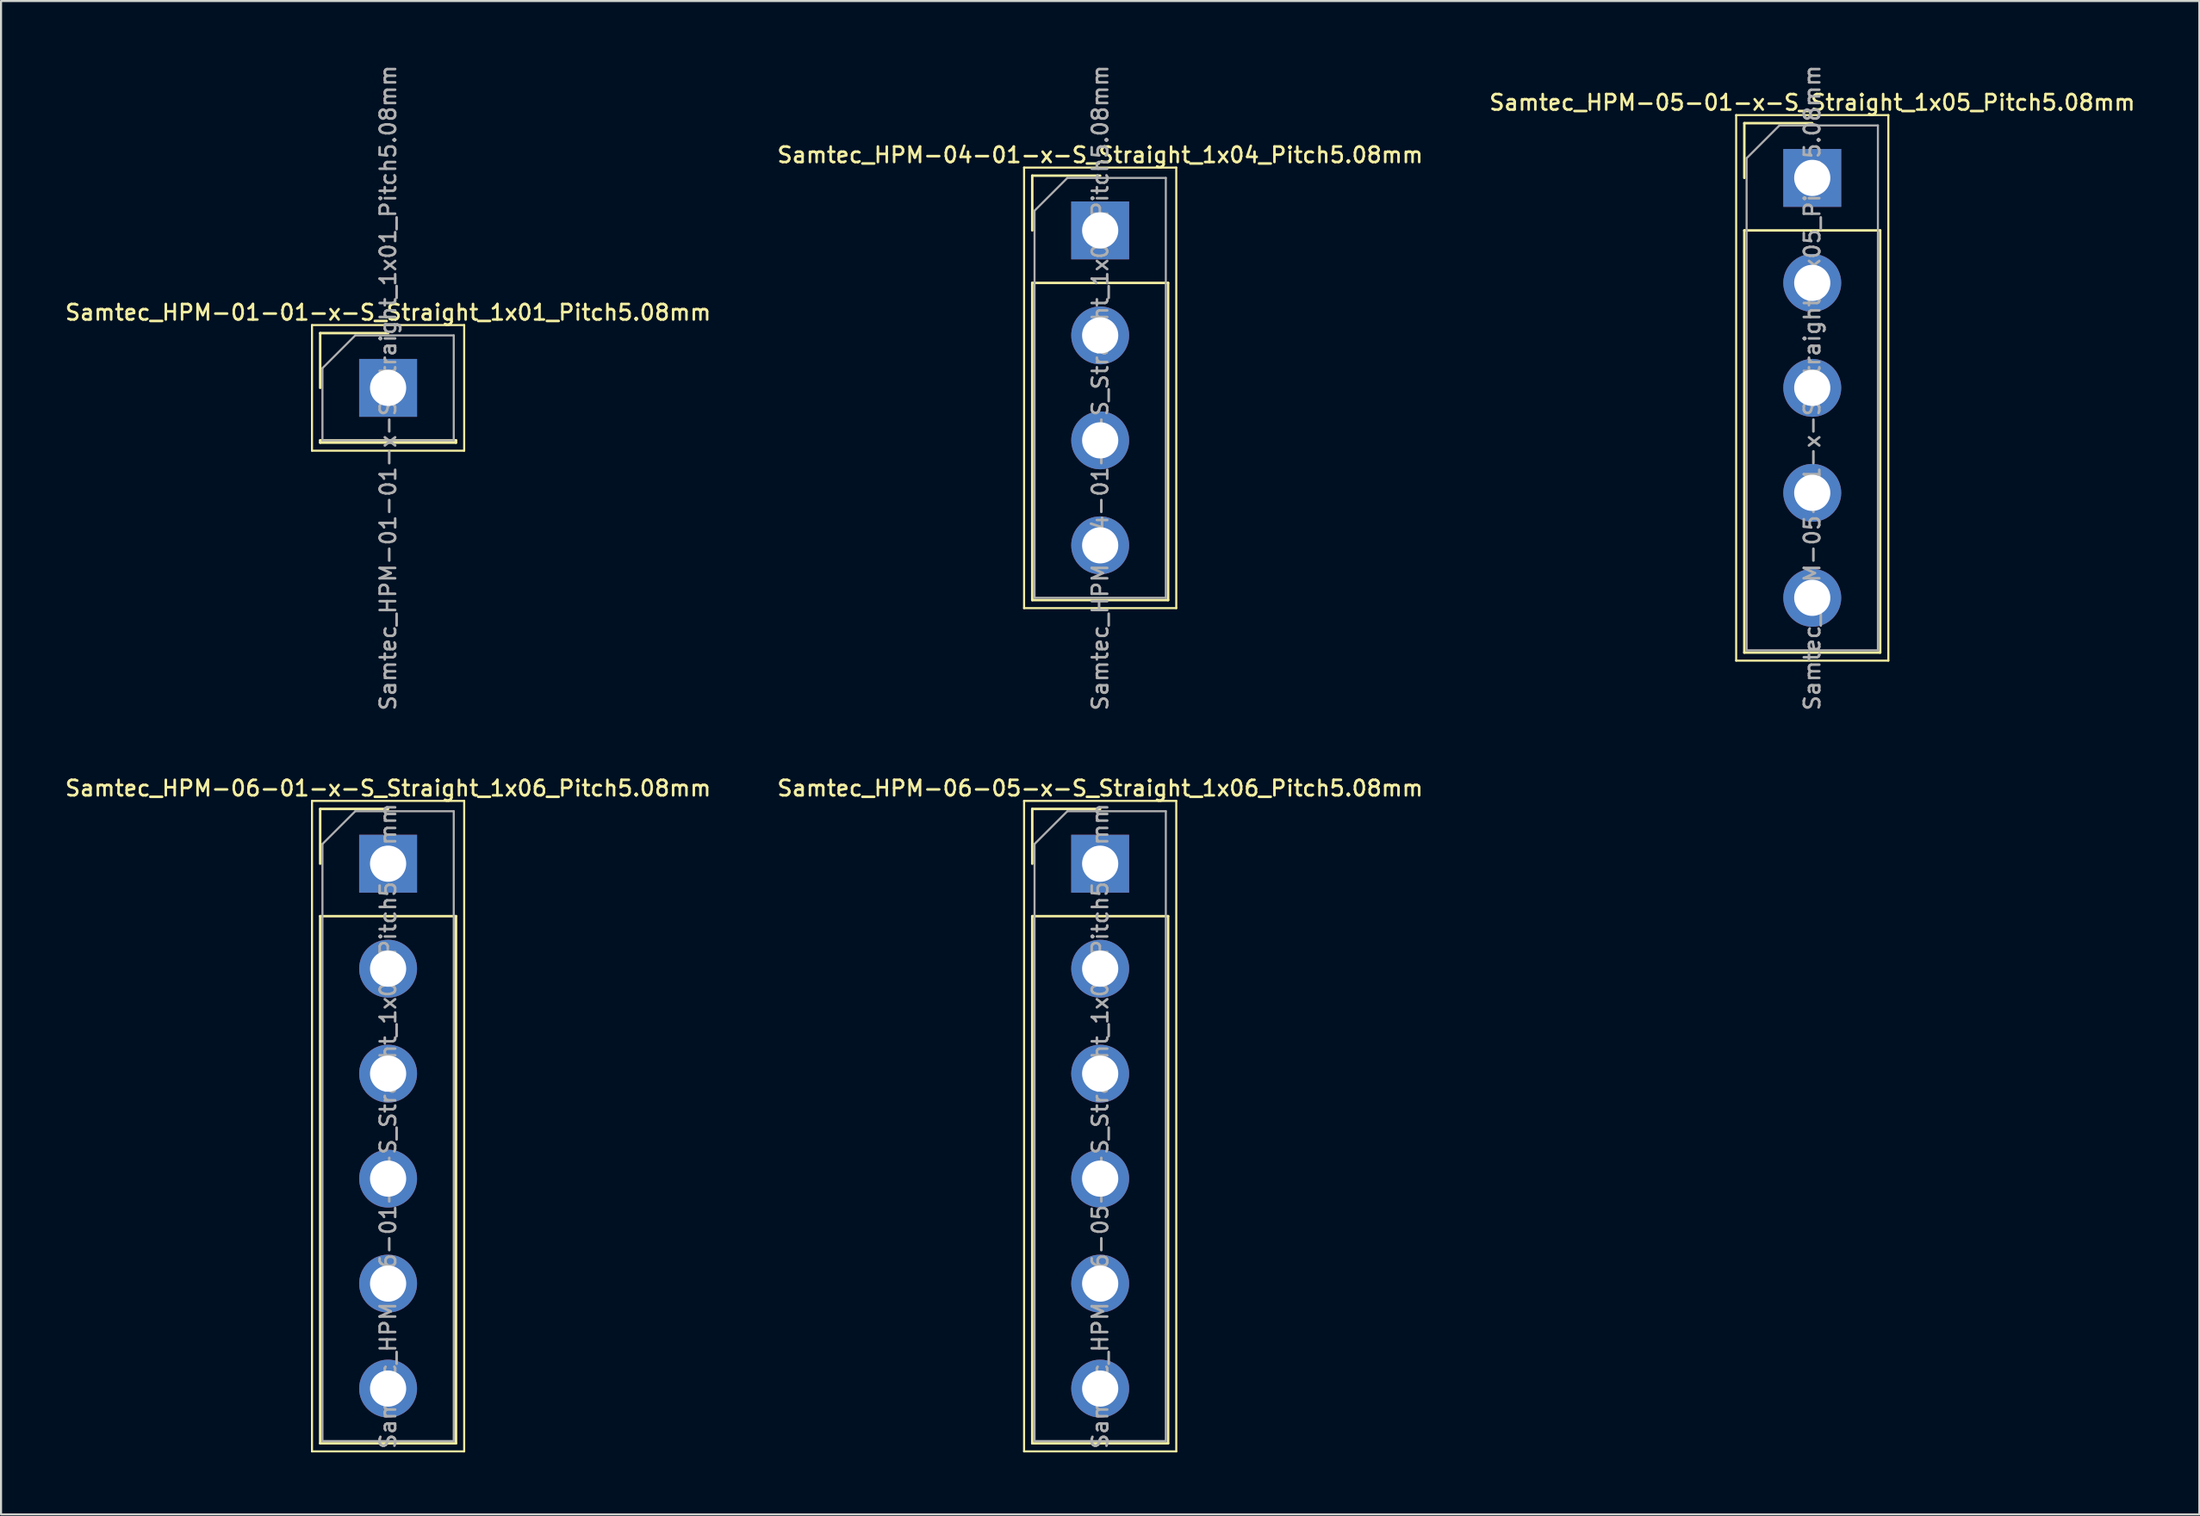
<source format=kicad_pcb>
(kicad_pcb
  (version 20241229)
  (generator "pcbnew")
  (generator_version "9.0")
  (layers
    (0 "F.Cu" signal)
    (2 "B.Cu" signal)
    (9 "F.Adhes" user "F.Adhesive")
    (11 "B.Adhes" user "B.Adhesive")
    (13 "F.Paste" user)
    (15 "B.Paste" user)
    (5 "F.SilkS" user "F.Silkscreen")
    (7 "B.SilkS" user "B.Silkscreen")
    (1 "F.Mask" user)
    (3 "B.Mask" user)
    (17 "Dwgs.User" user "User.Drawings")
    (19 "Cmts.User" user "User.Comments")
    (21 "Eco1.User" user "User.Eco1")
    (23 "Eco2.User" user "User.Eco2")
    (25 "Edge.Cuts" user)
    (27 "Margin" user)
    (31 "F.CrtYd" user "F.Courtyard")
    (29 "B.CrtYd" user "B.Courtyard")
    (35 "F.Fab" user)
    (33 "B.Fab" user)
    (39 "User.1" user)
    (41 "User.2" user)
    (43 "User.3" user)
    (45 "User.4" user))
  (footprint "Samtec_HPM-05-01-x-S_Straight_1x05_Pitch5.08mm"
    (layer "F.Cu")
    (at 84.598 5.56)
    (property "Reference" "Samtec_HPM-05-01-x-S_Straight_1x05_Pitch5.08mm" (at 0 -3.65 0) (layer "F.SilkS") (effects (font (size 0.75 0.75) (thickness 0.125))))
    (attr through_hole)
    (fp_line (start -3.68 -3.04) (end -3.68 23.36) (stroke (width 0.1) (type solid)) (layer "F.SilkS"))
    (fp_line (start -3.68 23.36) (end 3.68 23.36) (stroke (width 0.1) (type solid)) (layer "F.SilkS"))
    (fp_line (start -3.285 -2.65) (end 0 -2.65) (stroke (width 0.12) (type solid)) (layer "F.SilkS"))
    (fp_line (start -3.285 0) (end -3.285 -2.65) (stroke (width 0.12) (type solid)) (layer "F.SilkS"))
    (fp_line (start -3.285 2.54) (end -3.285 22.97) (stroke (width 0.12) (type solid)) (layer "F.SilkS"))
    (fp_line (start -3.285 2.54) (end 3.285 2.54) (stroke (width 0.12) (type solid)) (layer "F.SilkS"))
    (fp_line (start -3.285 22.97) (end 3.285 22.97) (stroke (width 0.12) (type solid)) (layer "F.SilkS"))
    (fp_line (start 3.285 2.54) (end 3.285 22.97) (stroke (width 0.12) (type solid)) (layer "F.SilkS"))
    (fp_line (start 3.68 -3.04) (end -3.68 -3.04) (stroke (width 0.1) (type solid)) (layer "F.SilkS"))
    (fp_line (start 3.68 23.36) (end 3.68 -3.04) (stroke (width 0.1) (type solid)) (layer "F.SilkS"))
    (fp_line (start -3.175 -0.953) (end -1.587 -2.54) (stroke (width 0.1) (type solid)) (layer "F.Fab"))
    (fp_line (start -3.175 22.86) (end -3.175 -0.953) (stroke (width 0.1) (type solid)) (layer "F.Fab"))
    (fp_line (start -1.587 -2.54) (end 3.175 -2.54) (stroke (width 0.1) (type solid)) (layer "F.Fab"))
    (fp_line (start 3.175 -2.54) (end 3.175 22.86) (stroke (width 0.1) (type solid)) (layer "F.Fab"))
    (fp_line (start 3.175 22.86) (end -3.175 22.86) (stroke (width 0.1) (type solid)) (layer "F.Fab"))
    (fp_text user "${REFERENCE}" (at 0 10.16 90) (layer "F.Fab") (effects (font (size 0.75 0.75) (thickness 0.125))))
    (pad "1" thru_hole rect (at 0 0) (size 2.8 2.8) (drill 1.75) (layers "*.Cu" "*.Mask"))
    (pad "2" thru_hole circle (at 0 5.08) (size 2.8 2.8) (drill 1.75) (layers "*.Cu" "*.Mask"))
    (pad "3" thru_hole circle (at 0 10.16) (size 2.8 2.8) (drill 1.75) (layers "*.Cu" "*.Mask"))
    (pad "4" thru_hole circle (at 0 15.24) (size 2.8 2.8) (drill 1.75) (layers "*.Cu" "*.Mask"))
    (pad "5" thru_hole circle (at 0 20.32) (size 2.8 2.8) (drill 1.75) (layers "*.Cu" "*.Mask")))
  (footprint "Samtec_HPM-06-05-x-S_Straight_1x06_Pitch5.08mm"
    (layer "F.Cu")
    (at 50.159 38.747)
    (property "Reference" "Samtec_HPM-06-05-x-S_Straight_1x06_Pitch5.08mm" (at 0 -3.65 0) (layer "F.SilkS") (effects (font (size 0.75 0.75) (thickness 0.125))))
    (attr through_hole)
    (fp_line (start -3.68 -3.04) (end -3.68 28.44) (stroke (width 0.1) (type solid)) (layer "F.SilkS"))
    (fp_line (start -3.68 28.44) (end 3.68 28.44) (stroke (width 0.1) (type solid)) (layer "F.SilkS"))
    (fp_line (start -3.285 -2.65) (end 0 -2.65) (stroke (width 0.12) (type solid)) (layer "F.SilkS"))
    (fp_line (start -3.285 0) (end -3.285 -2.65) (stroke (width 0.12) (type solid)) (layer "F.SilkS"))
    (fp_line (start -3.285 2.54) (end -3.285 28.05) (stroke (width 0.12) (type solid)) (layer "F.SilkS"))
    (fp_line (start -3.285 2.54) (end 3.285 2.54) (stroke (width 0.12) (type solid)) (layer "F.SilkS"))
    (fp_line (start -3.285 28.05) (end 3.285 28.05) (stroke (width 0.12) (type solid)) (layer "F.SilkS"))
    (fp_line (start 3.285 2.54) (end 3.285 28.05) (stroke (width 0.12) (type solid)) (layer "F.SilkS"))
    (fp_line (start 3.68 -3.04) (end -3.68 -3.04) (stroke (width 0.1) (type solid)) (layer "F.SilkS"))
    (fp_line (start 3.68 28.44) (end 3.68 -3.04) (stroke (width 0.1) (type solid)) (layer "F.SilkS"))
    (fp_line (start -3.175 -0.953) (end -1.587 -2.54) (stroke (width 0.1) (type solid)) (layer "F.Fab"))
    (fp_line (start -3.175 27.94) (end -3.175 -0.953) (stroke (width 0.1) (type solid)) (layer "F.Fab"))
    (fp_line (start -1.587 -2.54) (end 3.175 -2.54) (stroke (width 0.1) (type solid)) (layer "F.Fab"))
    (fp_line (start 3.175 -2.54) (end 3.175 27.94) (stroke (width 0.1) (type solid)) (layer "F.Fab"))
    (fp_line (start 3.175 27.94) (end -3.175 27.94) (stroke (width 0.1) (type solid)) (layer "F.Fab"))
    (fp_text user "${REFERENCE}" (at 0 12.7 90) (layer "F.Fab") (effects (font (size 0.75 0.75) (thickness 0.125))))
    (pad "1" thru_hole rect (at 0 0) (size 2.8 2.8) (drill 1.75) (layers "*.Cu" "*.Mask"))
    (pad "2" thru_hole circle (at 0 5.08) (size 2.8 2.8) (drill 1.75) (layers "*.Cu" "*.Mask"))
    (pad "3" thru_hole circle (at 0 10.16) (size 2.8 2.8) (drill 1.75) (layers "*.Cu" "*.Mask"))
    (pad "4" thru_hole circle (at 0 15.24) (size 2.8 2.8) (drill 1.75) (layers "*.Cu" "*.Mask"))
    (pad "5" thru_hole circle (at 0 20.32) (size 2.8 2.8) (drill 1.75) (layers "*.Cu" "*.Mask"))
    (pad "6" thru_hole circle (at 0 25.4) (size 2.8 2.8) (drill 1.75) (layers "*.Cu" "*.Mask")))
  (footprint "Samtec_HPM-06-01-x-S_Straight_1x06_Pitch5.08mm"
    (layer "F.Cu")
    (at 15.72 38.747)
    (property "Reference" "Samtec_HPM-06-01-x-S_Straight_1x06_Pitch5.08mm" (at 0 -3.65 0) (layer "F.SilkS") (effects (font (size 0.75 0.75) (thickness 0.125))))
    (attr through_hole)
    (fp_line (start -3.68 -3.04) (end -3.68 28.44) (stroke (width 0.1) (type solid)) (layer "F.SilkS"))
    (fp_line (start -3.68 28.44) (end 3.68 28.44) (stroke (width 0.1) (type solid)) (layer "F.SilkS"))
    (fp_line (start -3.285 -2.65) (end 0 -2.65) (stroke (width 0.12) (type solid)) (layer "F.SilkS"))
    (fp_line (start -3.285 0) (end -3.285 -2.65) (stroke (width 0.12) (type solid)) (layer "F.SilkS"))
    (fp_line (start -3.285 2.54) (end -3.285 28.05) (stroke (width 0.12) (type solid)) (layer "F.SilkS"))
    (fp_line (start -3.285 2.54) (end 3.285 2.54) (stroke (width 0.12) (type solid)) (layer "F.SilkS"))
    (fp_line (start -3.285 28.05) (end 3.285 28.05) (stroke (width 0.12) (type solid)) (layer "F.SilkS"))
    (fp_line (start 3.285 2.54) (end 3.285 28.05) (stroke (width 0.12) (type solid)) (layer "F.SilkS"))
    (fp_line (start 3.68 -3.04) (end -3.68 -3.04) (stroke (width 0.1) (type solid)) (layer "F.SilkS"))
    (fp_line (start 3.68 28.44) (end 3.68 -3.04) (stroke (width 0.1) (type solid)) (layer "F.SilkS"))
    (fp_line (start -3.175 -0.953) (end -1.587 -2.54) (stroke (width 0.1) (type solid)) (layer "F.Fab"))
    (fp_line (start -3.175 27.94) (end -3.175 -0.953) (stroke (width 0.1) (type solid)) (layer "F.Fab"))
    (fp_line (start -1.587 -2.54) (end 3.175 -2.54) (stroke (width 0.1) (type solid)) (layer "F.Fab"))
    (fp_line (start 3.175 -2.54) (end 3.175 27.94) (stroke (width 0.1) (type solid)) (layer "F.Fab"))
    (fp_line (start 3.175 27.94) (end -3.175 27.94) (stroke (width 0.1) (type solid)) (layer "F.Fab"))
    (fp_text user "${REFERENCE}" (at 0 12.7 90) (layer "F.Fab") (effects (font (size 0.75 0.75) (thickness 0.125))))
    (pad "1" thru_hole rect (at 0 0) (size 2.8 2.8) (drill 1.75) (layers "*.Cu" "*.Mask"))
    (pad "2" thru_hole circle (at 0 5.08) (size 2.8 2.8) (drill 1.75) (layers "*.Cu" "*.Mask"))
    (pad "3" thru_hole circle (at 0 10.16) (size 2.8 2.8) (drill 1.75) (layers "*.Cu" "*.Mask"))
    (pad "4" thru_hole circle (at 0 15.24) (size 2.8 2.8) (drill 1.75) (layers "*.Cu" "*.Mask"))
    (pad "5" thru_hole circle (at 0 20.32) (size 2.8 2.8) (drill 1.75) (layers "*.Cu" "*.Mask"))
    (pad "6" thru_hole circle (at 0 25.4) (size 2.8 2.8) (drill 1.75) (layers "*.Cu" "*.Mask")))
  (footprint "Samtec_HPM-04-01-x-S_Straight_1x04_Pitch5.08mm"
    (layer "F.Cu")
    (at 50.159 8.1)
    (property "Reference" "Samtec_HPM-04-01-x-S_Straight_1x04_Pitch5.08mm" (at 0 -3.65 0) (layer "F.SilkS") (effects (font (size 0.75 0.75) (thickness 0.125))))
    (attr through_hole)
    (fp_line (start -3.68 -3.04) (end -3.68 18.28) (stroke (width 0.1) (type solid)) (layer "F.SilkS"))
    (fp_line (start -3.68 18.28) (end 3.68 18.28) (stroke (width 0.1) (type solid)) (layer "F.SilkS"))
    (fp_line (start -3.285 -2.65) (end 0 -2.65) (stroke (width 0.12) (type solid)) (layer "F.SilkS"))
    (fp_line (start -3.285 0) (end -3.285 -2.65) (stroke (width 0.12) (type solid)) (layer "F.SilkS"))
    (fp_line (start -3.285 2.54) (end -3.285 17.89) (stroke (width 0.12) (type solid)) (layer "F.SilkS"))
    (fp_line (start -3.285 2.54) (end 3.285 2.54) (stroke (width 0.12) (type solid)) (layer "F.SilkS"))
    (fp_line (start -3.285 17.89) (end 3.285 17.89) (stroke (width 0.12) (type solid)) (layer "F.SilkS"))
    (fp_line (start 3.285 2.54) (end 3.285 17.89) (stroke (width 0.12) (type solid)) (layer "F.SilkS"))
    (fp_line (start 3.68 -3.04) (end -3.68 -3.04) (stroke (width 0.1) (type solid)) (layer "F.SilkS"))
    (fp_line (start 3.68 18.28) (end 3.68 -3.04) (stroke (width 0.1) (type solid)) (layer "F.SilkS"))
    (fp_line (start -3.175 -0.953) (end -1.587 -2.54) (stroke (width 0.1) (type solid)) (layer "F.Fab"))
    (fp_line (start -3.175 17.78) (end -3.175 -0.953) (stroke (width 0.1) (type solid)) (layer "F.Fab"))
    (fp_line (start -1.587 -2.54) (end 3.175 -2.54) (stroke (width 0.1) (type solid)) (layer "F.Fab"))
    (fp_line (start 3.175 -2.54) (end 3.175 17.78) (stroke (width 0.1) (type solid)) (layer "F.Fab"))
    (fp_line (start 3.175 17.78) (end -3.175 17.78) (stroke (width 0.1) (type solid)) (layer "F.Fab"))
    (fp_text user "${REFERENCE}" (at 0 7.62 90) (layer "F.Fab") (effects (font (size 0.75 0.75) (thickness 0.125))))
    (pad "1" thru_hole rect (at 0 0) (size 2.8 2.8) (drill 1.75) (layers "*.Cu" "*.Mask"))
    (pad "2" thru_hole circle (at 0 5.08) (size 2.8 2.8) (drill 1.75) (layers "*.Cu" "*.Mask"))
    (pad "3" thru_hole circle (at 0 10.16) (size 2.8 2.8) (drill 1.75) (layers "*.Cu" "*.Mask"))
    (pad "4" thru_hole circle (at 0 15.24) (size 2.8 2.8) (drill 1.75) (layers "*.Cu" "*.Mask")))
  (footprint "Samtec_HPM-01-01-x-S_Straight_1x01_Pitch5.08mm"
    (layer "F.Cu")
    (at 15.72 15.72)
    (property "Reference" "Samtec_HPM-01-01-x-S_Straight_1x01_Pitch5.08mm" (at 0 -3.65 0) (layer "F.SilkS") (effects (font (size 0.75 0.75) (thickness 0.125))))
    (attr through_hole)
    (fp_line (start -3.68 -3.04) (end -3.68 3.04) (stroke (width 0.1) (type solid)) (layer "F.SilkS"))
    (fp_line (start -3.68 3.04) (end 3.68 3.04) (stroke (width 0.1) (type solid)) (layer "F.SilkS"))
    (fp_line (start -3.285 -2.65) (end 0 -2.65) (stroke (width 0.12) (type solid)) (layer "F.SilkS"))
    (fp_line (start -3.285 0) (end -3.285 -2.65) (stroke (width 0.12) (type solid)) (layer "F.SilkS"))
    (fp_line (start -3.285 2.54) (end -3.285 2.65) (stroke (width 0.12) (type solid)) (layer "F.SilkS"))
    (fp_line (start -3.285 2.54) (end 3.285 2.54) (stroke (width 0.12) (type solid)) (layer "F.SilkS"))
    (fp_line (start -3.285 2.65) (end 3.285 2.65) (stroke (width 0.12) (type solid)) (layer "F.SilkS"))
    (fp_line (start 3.285 2.54) (end 3.285 2.65) (stroke (width 0.12) (type solid)) (layer "F.SilkS"))
    (fp_line (start 3.68 -3.04) (end -3.68 -3.04) (stroke (width 0.1) (type solid)) (layer "F.SilkS"))
    (fp_line (start 3.68 3.04) (end 3.68 -3.04) (stroke (width 0.1) (type solid)) (layer "F.SilkS"))
    (fp_line (start -3.175 -0.953) (end -1.587 -2.54) (stroke (width 0.1) (type solid)) (layer "F.Fab"))
    (fp_line (start -3.175 2.54) (end -3.175 -0.953) (stroke (width 0.1) (type solid)) (layer "F.Fab"))
    (fp_line (start -1.587 -2.54) (end 3.175 -2.54) (stroke (width 0.1) (type solid)) (layer "F.Fab"))
    (fp_line (start 3.175 -2.54) (end 3.175 2.54) (stroke (width 0.1) (type solid)) (layer "F.Fab"))
    (fp_line (start 3.175 2.54) (end -3.175 2.54) (stroke (width 0.1) (type solid)) (layer "F.Fab"))
    (fp_text user "${REFERENCE}" (at 0 0 90) (layer "F.Fab") (effects (font (size 0.75 0.75) (thickness 0.125))))
    (pad "1" thru_hole rect (at 0 0) (size 2.8 2.8) (drill 1.75) (layers "*.Cu" "*.Mask")))
  (gr_rect
    (start -3 -3)
    (end 103.318 70.237)
    (stroke (width 0.1) (type default))
    (fill no)
    (layer "Edge.Cuts")))
</source>
